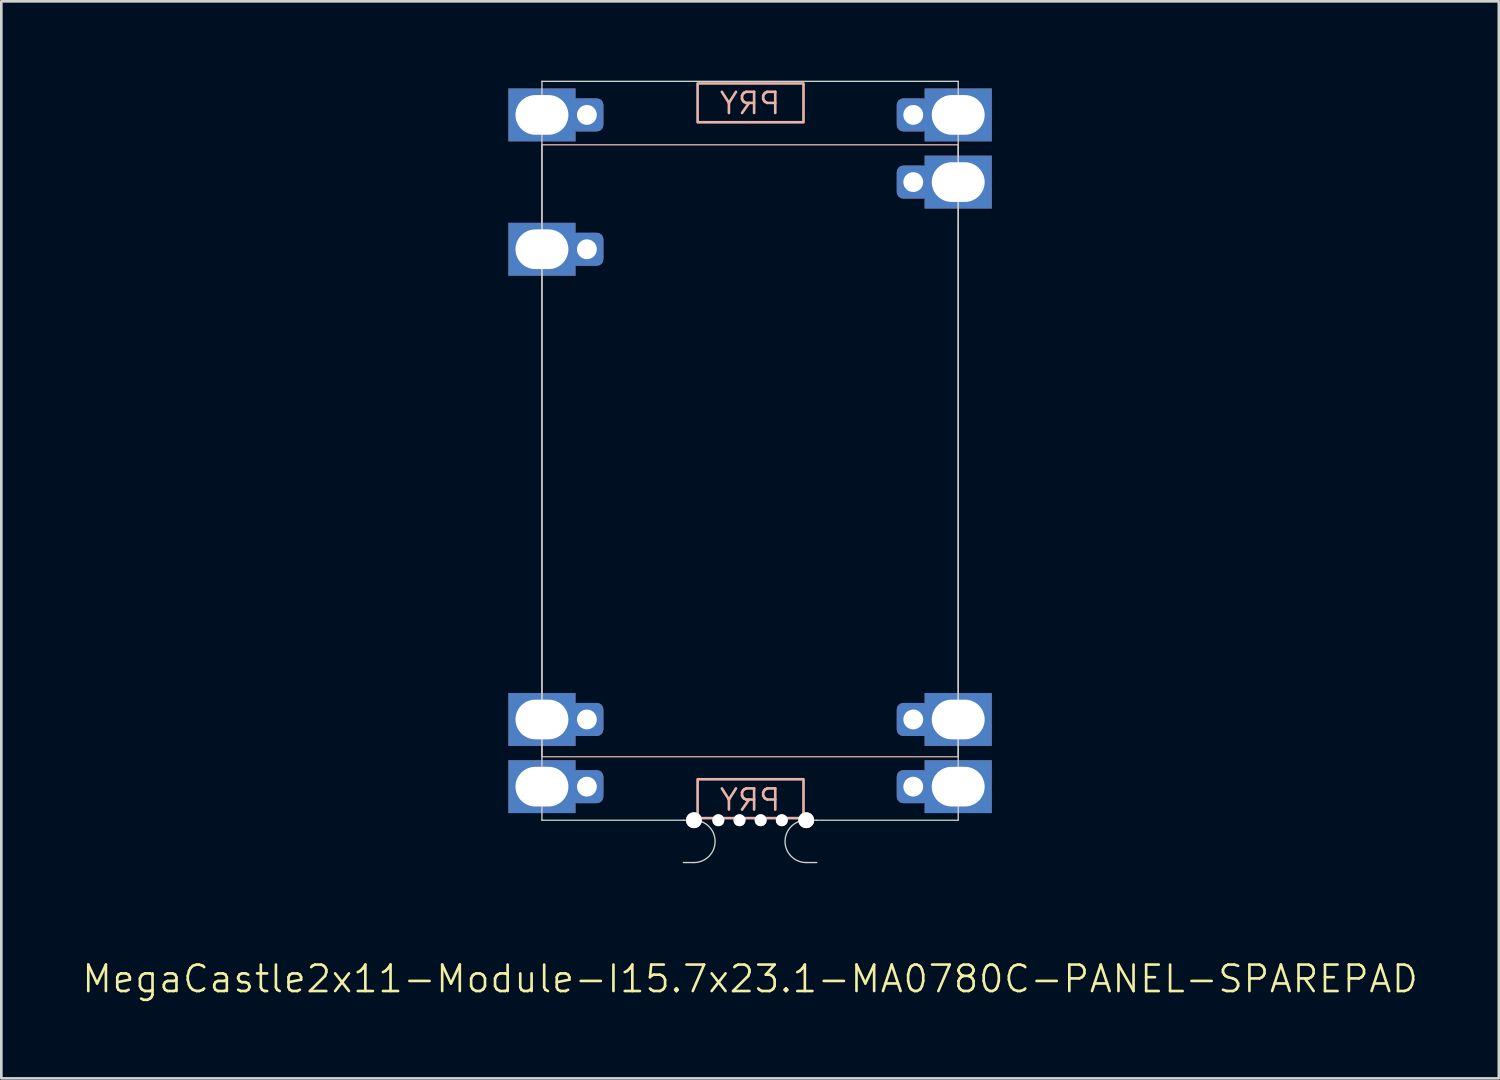
<source format=kicad_pcb>
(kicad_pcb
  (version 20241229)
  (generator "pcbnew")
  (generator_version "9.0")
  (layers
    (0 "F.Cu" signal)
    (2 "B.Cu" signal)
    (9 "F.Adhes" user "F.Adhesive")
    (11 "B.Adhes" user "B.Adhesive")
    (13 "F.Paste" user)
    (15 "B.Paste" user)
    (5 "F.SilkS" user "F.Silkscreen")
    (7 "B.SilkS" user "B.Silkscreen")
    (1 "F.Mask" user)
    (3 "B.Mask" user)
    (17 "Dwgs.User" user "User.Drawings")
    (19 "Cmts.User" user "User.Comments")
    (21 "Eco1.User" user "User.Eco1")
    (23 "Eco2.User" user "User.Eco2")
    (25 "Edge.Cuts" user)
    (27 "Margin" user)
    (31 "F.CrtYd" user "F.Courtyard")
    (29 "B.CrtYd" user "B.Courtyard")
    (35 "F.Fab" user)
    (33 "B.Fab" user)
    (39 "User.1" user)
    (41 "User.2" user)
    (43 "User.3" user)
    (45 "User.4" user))
  (footprint "MegaCastle2x11-Module-I15.7x23.1-MA0780C-PANEL-SPAREPAD"
    (layer "F.Cu")
    (at 25.312 13.995)
    (property "Reference" "MegaCastle2x11-Module-I15.7x23.1-MA0780C-PANEL-SPAREPAD" (at 0 19.97 0) (unlocked yes) (layer "F.SilkS") (effects (font (size 1 1) (thickness 0.1))))
    (attr smd)
    (fp_rect (start -7.87 11.57) (end 7.87 -11.57) (stroke (width 0.05) (type default)) (fill no) (layer "B.SilkS"))
    (fp_rect (start -1.984 -12.421) (end 2.02 -13.89) (stroke (width 0.1) (type default)) (fill no) (layer "B.SilkS"))
    (fp_rect (start -1.984 12.421) (end 2.02 13.89) (stroke (width 0.1) (type default)) (fill no) (layer "B.SilkS"))
    (fp_line (start -7.87 -13.97) (end -7.87 13.97) (stroke (width 0.05) (type default)) (layer "Edge.Cuts"))
    (fp_line (start -7.87 -13.97) (end 7.87 -13.97) (stroke (width 0.05) (type default)) (layer "Edge.Cuts"))
    (fp_line (start -7.87 13.97) (end -2.522 13.97) (stroke (width 0.05) (type default)) (layer "Edge.Cuts"))
    (fp_line (start -2.522 13.97) (end -2.123 13.97) (stroke (width 0.05) (type default)) (layer "Edge.Cuts"))
    (fp_line (start -2.522 15.57) (end -2.123 15.57) (stroke (width 0.05) (type default)) (layer "Edge.Cuts"))
    (fp_line (start 2.522 13.97) (end 2.123 13.97) (stroke (width 0.05) (type default)) (layer "Edge.Cuts"))
    (fp_line (start 2.522 13.97) (end 7.87 13.97) (stroke (width 0.05) (type default)) (layer "Edge.Cuts"))
    (fp_line (start 2.522 15.57) (end 2.123 15.57) (stroke (width 0.05) (type default)) (layer "Edge.Cuts"))
    (fp_line (start 7.87 -13.97) (end 7.87 13.97) (stroke (width 0.05) (type default)) (layer "Edge.Cuts"))
    (fp_arc (start -2.1225 13.97) (mid -1.3225 14.77) (end -2.1225 15.57) (stroke (width 0.05) (type default)) (layer "Edge.Cuts"))
    (fp_arc (start 2.1225 15.57) (mid 1.3225 14.77) (end 2.1225 13.97) (stroke (width 0.05) (type default)) (layer "Edge.Cuts"))
    (fp_text user "PRY" (at 0 -12.67 0) (unlocked yes) (layer "B.SilkS") (effects (font (size 0.8 0.8) (thickness 0.1)) (justify bottom mirror)))
    (fp_text user "PRY" (at 0 13.67 0) (unlocked yes) (layer "B.SilkS") (effects (font (size 0.8 0.8) (thickness 0.1)) (justify bottom mirror)))
    (pad "" np_thru_hole circle (at -2.123 13.97) (size 0.6 0.6) (drill 0.6) (layers "*.Cu" "Edge.Cuts"))
    (pad "" np_thru_hole circle (at -1.2 13.97) (size 0.45 0.45) (drill 0.45) (layers "*.Cu" "Edge.Cuts"))
    (pad "" np_thru_hole circle (at -0.4 13.97) (size 0.45 0.45) (drill 0.45) (layers "*.Cu" "Edge.Cuts"))
    (pad "" np_thru_hole circle (at 0.4 13.97) (size 0.45 0.45) (drill 0.45) (layers "*.Cu" "Edge.Cuts"))
    (pad "" np_thru_hole circle (at 1.2 13.97) (size 0.45 0.45) (drill 0.45) (layers "*.Cu" "Edge.Cuts"))
    (pad "" np_thru_hole circle (at 2.123 13.97) (size 0.6 0.6) (drill 0.6) (layers "*.Cu" "Edge.Cuts"))
    (pad "1" thru_hole rect (at -7.87 -12.7) (size 2.54 2) (drill oval 2 1.5) (property pad_prop_castellated) (layers "*.Cu" "*.Mask"))
    (pad "1" thru_hole roundrect (at -6.17 -12.7 180) (size 1.25 1.25) (drill 0.75) (layers "*.Cu" "*.Mask") (roundrect_rratio 0.2))
    (pad "3" thru_hole rect (at -7.87 -7.62) (size 2.54 2) (drill oval 2 1.5) (property pad_prop_castellated) (layers "*.Cu" "*.Mask"))
    (pad "3" thru_hole roundrect (at -6.17 -7.62 180) (size 1.25 1.25) (drill 0.75) (layers "*.Cu" "*.Mask") (roundrect_rratio 0.2))
    (pad "10" thru_hole rect (at -7.87 10.16) (size 2.54 2) (drill oval 2 1.5) (property pad_prop_castellated) (layers "*.Cu" "*.Mask"))
    (pad "10" thru_hole roundrect (at -6.17 10.16 180) (size 1.25 1.25) (drill 0.75) (layers "*.Cu" "*.Mask") (roundrect_rratio 0.2))
    (pad "11" thru_hole rect (at -7.87 12.7) (size 2.54 2) (drill oval 2 1.5) (property pad_prop_castellated) (layers "*.Cu" "*.Mask"))
    (pad "11" thru_hole roundrect (at -6.17 12.7 180) (size 1.25 1.25) (drill 0.75) (layers "*.Cu" "*.Mask") (roundrect_rratio 0.2))
    (pad "12" thru_hole roundrect (at 6.17 -12.7 180) (size 1.25 1.25) (drill 0.75) (layers "*.Cu" "*.Mask") (roundrect_rratio 0.2))
    (pad "12" thru_hole rect (at 7.87 -12.7) (size 2.54 2) (drill oval 2 1.5) (property pad_prop_castellated) (layers "*.Cu" "*.Mask"))
    (pad "13" thru_hole roundrect (at 6.17 -10.16 180) (size 1.25 1.25) (drill 0.75) (layers "*.Cu" "*.Mask") (roundrect_rratio 0.2))
    (pad "13" thru_hole rect (at 7.87 -10.16) (size 2.54 2) (drill oval 2 1.5) (property pad_prop_castellated) (layers "*.Cu" "*.Mask"))
    (pad "21" thru_hole roundrect (at 6.17 10.16 180) (size 1.25 1.25) (drill 0.75) (layers "*.Cu" "*.Mask") (roundrect_rratio 0.2))
    (pad "21" thru_hole rect (at 7.87 10.16) (size 2.54 2) (drill oval 2 1.5) (property pad_prop_castellated) (layers "*.Cu" "*.Mask"))
    (pad "22" thru_hole roundrect (at 6.17 12.7 180) (size 1.25 1.25) (drill 0.75) (layers "*.Cu" "*.Mask") (roundrect_rratio 0.2))
    (pad "22" thru_hole rect (at 7.87 12.7) (size 2.54 2) (drill oval 2 1.5) (property pad_prop_castellated) (layers "*.Cu" "*.Mask"))
    (zone (net_name "") (layer "B.Cu") (hatch edge 0.5) (connect_pads) (min_thickness 0.25) (filled_areas_thickness no) (keepout (tracks allowed) (vias allowed) (pads allowed) (copperpour allowed) (footprints not_allowed)) (placement (enabled no)) (fill) (polygon (pts (xy 17.442 27.965) (xy 17.442 0.025))))
    (zone (net_name "") (layer "B.Cu") (hatch edge 0.5) (connect_pads) (min_thickness 0.25) (filled_areas_thickness no) (keepout (tracks allowed) (vias allowed) (pads allowed) (copperpour allowed) (footprints not_allowed)) (placement (enabled no)) (fill) (polygon (pts (xy 33.182 27.965) (xy 33.182 0.025))))
    (zone (net_name "") (layer "B.Cu") (hatch edge 0.5) (connect_pads) (min_thickness 0.25) (filled_areas_thickness no) (keepout (tracks allowed) (vias allowed) (pads allowed) (copperpour allowed) (footprints not_allowed)) (placement (enabled no)) (fill) (polygon (pts (xy 17.442 0.025) (xy 17.442 2.425) (xy 33.182 2.425) (xy 33.182 0.025))))
    (zone (net_name "") (layer "B.Cu") (hatch edge 0.5) (connect_pads) (min_thickness 0.25) (filled_areas_thickness no) (keepout (tracks allowed) (vias allowed) (pads allowed) (copperpour allowed) (footprints not_allowed)) (placement (enabled no)) (fill) (polygon (pts (xy 17.442 27.965) (xy 17.442 25.565) (xy 33.182 25.565) (xy 33.182 27.965))))
    (zone (net_name "") (layer "B.Cu") (name "Upper Pry Zone") (hatch edge 0.5) (connect_pads) (min_thickness 0.25) (filled_areas_thickness no) (keepout (tracks not_allowed) (vias not_allowed) (pads not_allowed) (copperpour allowed) (footprints not_allowed)) (placement (enabled no)) (fill) (polygon (pts (xy 23.328 1.574) (xy 23.328 0.105) (xy 27.331 0.105) (xy 27.331 1.574))))
    (zone (net_name "") (layer "B.Cu") (name "Upper Pry Zone") (hatch edge 0.5) (connect_pads) (min_thickness 0.25) (filled_areas_thickness no) (keepout (tracks not_allowed) (vias not_allowed) (pads not_allowed) (copperpour allowed) (footprints not_allowed)) (placement (enabled no)) (fill) (polygon (pts (xy 23.328 26.416) (xy 23.328 27.885) (xy 27.331 27.885) (xy 27.331 26.416)))))
  (gr_rect
    (start -3 -3)
    (end 53.624 37.725)
    (stroke (width 0.1) (type default))
    (fill no)
    (layer "Edge.Cuts")))
</source>
